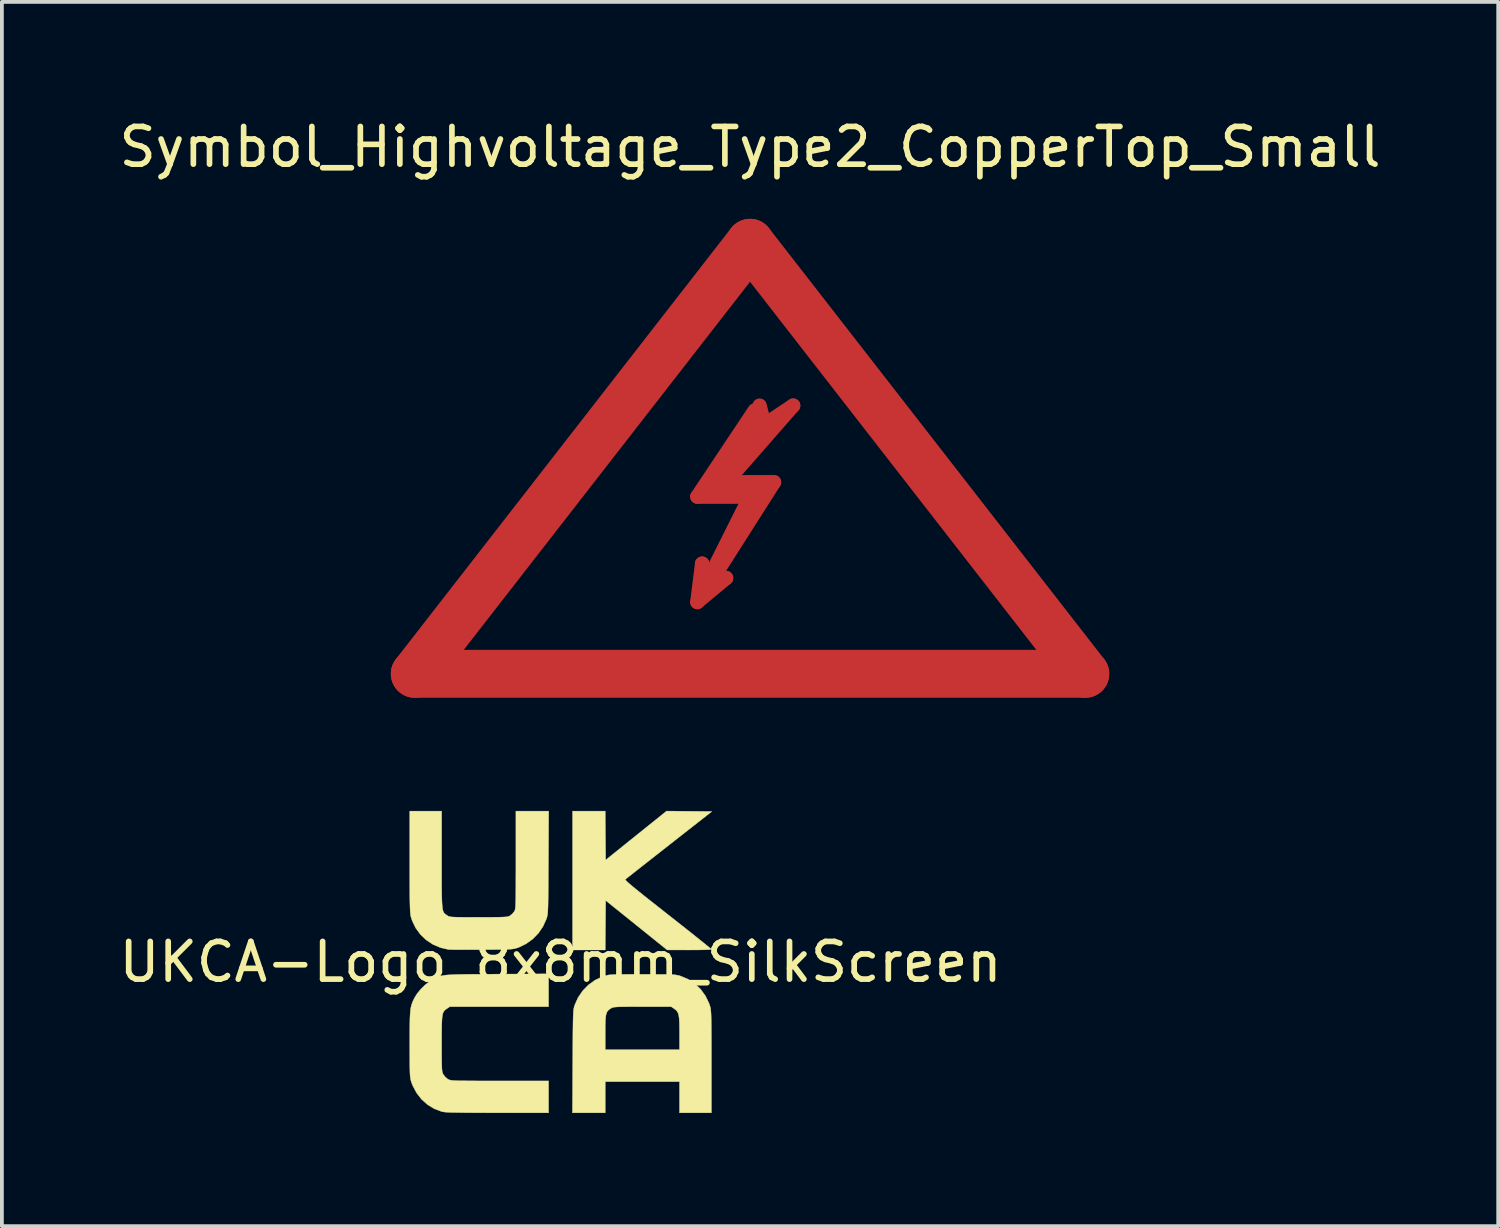
<source format=kicad_pcb>
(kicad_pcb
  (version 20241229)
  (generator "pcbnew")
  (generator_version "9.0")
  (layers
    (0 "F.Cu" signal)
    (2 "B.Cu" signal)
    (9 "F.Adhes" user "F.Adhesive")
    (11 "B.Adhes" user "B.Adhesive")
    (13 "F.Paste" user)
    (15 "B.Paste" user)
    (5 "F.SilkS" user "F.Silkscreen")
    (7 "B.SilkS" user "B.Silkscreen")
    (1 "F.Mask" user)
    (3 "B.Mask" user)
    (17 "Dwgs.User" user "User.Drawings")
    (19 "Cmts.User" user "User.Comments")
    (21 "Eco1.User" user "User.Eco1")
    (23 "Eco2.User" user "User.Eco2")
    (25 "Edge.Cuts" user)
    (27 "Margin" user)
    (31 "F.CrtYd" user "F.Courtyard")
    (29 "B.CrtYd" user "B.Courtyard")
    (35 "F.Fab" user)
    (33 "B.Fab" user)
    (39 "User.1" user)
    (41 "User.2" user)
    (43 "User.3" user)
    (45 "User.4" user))
  (footprint "UKCA-Logo_8x8mm_SilkScreen"
    (layer "F.Cu")
    (at 11.815 22.459)
    (property "Reference" "UKCA-Logo_8x8mm_SilkScreen" (at 0 0 0) (layer "F.SilkS") (effects (font (size 1 1) (thickness 0.15))))
    (attr exclude_from_pos_files exclude_from_bom)
    (fp_poly (pts (xy 3.41 -3.996) (xy 4.01 -3.99) (xy 2.878 -3.103) (xy 2.686 -2.952) (xy 2.504 -2.809) (xy 2.334 -2.676) (xy 2.179 -2.554) (xy 2.041 -2.446) (xy 1.925 -2.354) (xy 1.831 -2.28) (xy 1.764 -2.227) (xy 1.726 -2.197) (xy 1.718 -2.19) (xy 1.718 -2.181) (xy 1.732 -2.162) (xy 1.762 -2.131) (xy 1.809 -2.089) (xy 1.875 -2.032) (xy 1.963 -1.959) (xy 2.075 -1.868) (xy 2.211 -1.759) (xy 2.375 -1.628) (xy 2.569 -1.476) (xy 2.793 -1.299) (xy 2.845 -1.258) (xy 3.038 -1.107) (xy 3.221 -0.962) (xy 3.391 -0.828) (xy 3.546 -0.705) (xy 3.682 -0.596) (xy 3.798 -0.503) (xy 3.89 -0.428) (xy 3.956 -0.374) (xy 3.993 -0.342) (xy 4 -0.334) (xy 3.98 -0.33) (xy 3.923 -0.326) (xy 3.834 -0.323) (xy 3.719 -0.32) (xy 3.583 -0.319) (xy 3.432 -0.318) (xy 3.413 -0.318) (xy 2.826 -0.319) (xy 2.011 -0.975) (xy 1.196 -1.631) (xy 1.185 -0.318) (xy 0.318 -0.318) (xy 0.318 -4) (xy 1.185 -4) (xy 1.19 -3.352) (xy 1.196 -2.704) (xy 2.003 -3.353) (xy 2.81 -4.001) (xy 3.41 -3.996)) (stroke (width 0.01) (type solid)) (fill yes) (layer "F.SilkS"))
    (fp_poly (pts (xy 2.385 0.328) (xy 2.562 0.329) (xy 2.706 0.329) (xy 2.822 0.331) (xy 2.913 0.334) (xy 2.984 0.337) (xy 3.04 0.342) (xy 3.085 0.349) (xy 3.124 0.357) (xy 3.161 0.367) (xy 3.186 0.375) (xy 3.384 0.459) (xy 3.562 0.578) (xy 3.717 0.727) (xy 3.844 0.904) (xy 3.939 1.102) (xy 3.966 1.184) (xy 3.973 1.212) (xy 3.979 1.246) (xy 3.984 1.291) (xy 3.989 1.349) (xy 3.992 1.423) (xy 3.995 1.518) (xy 3.997 1.635) (xy 3.998 1.779) (xy 3.999 1.953) (xy 4 2.159) (xy 4 2.402) (xy 4 2.65) (xy 4 4) (xy 3.154 4) (xy 3.154 3.175) (xy 1.185 3.175) (xy 1.185 4) (xy 0.315 4) (xy 0.322 2.641) (xy 0.324 2.367) (xy 0.324 2.328) (xy 1.185 2.328) (xy 3.154 2.328) (xy 3.154 1.882) (xy 3.153 1.714) (xy 3.15 1.582) (xy 3.143 1.481) (xy 3.131 1.405) (xy 3.113 1.349) (xy 3.088 1.306) (xy 3.054 1.271) (xy 3.009 1.237) (xy 3.008 1.237) (xy 2.932 1.185) (xy 2.17 1.185) (xy 1.969 1.186) (xy 1.807 1.186) (xy 1.678 1.187) (xy 1.577 1.189) (xy 1.502 1.192) (xy 1.446 1.196) (xy 1.406 1.202) (xy 1.377 1.209) (xy 1.355 1.218) (xy 1.339 1.228) (xy 1.292 1.258) (xy 1.256 1.291) (xy 1.229 1.33) (xy 1.21 1.382) (xy 1.197 1.452) (xy 1.19 1.546) (xy 1.186 1.671) (xy 1.185 1.83) (xy 1.185 1.868) (xy 1.185 2.328) (xy 0.324 2.328) (xy 0.325 2.132) (xy 0.326 1.933) (xy 0.328 1.767) (xy 0.33 1.629) (xy 0.332 1.516) (xy 0.335 1.426) (xy 0.338 1.355) (xy 0.342 1.299) (xy 0.347 1.254) (xy 0.354 1.219) (xy 0.361 1.189) (xy 0.369 1.161) (xy 0.376 1.141) (xy 0.464 0.944) (xy 0.586 0.765) (xy 0.737 0.61) (xy 0.912 0.484) (xy 1.105 0.391) (xy 1.153 0.375) (xy 1.191 0.363) (xy 1.228 0.354) (xy 1.269 0.346) (xy 1.317 0.34) (xy 1.378 0.336) (xy 1.455 0.333) (xy 1.554 0.33) (xy 1.679 0.329) (xy 1.834 0.328) (xy 2.024 0.328) (xy 2.17 0.328) (xy 2.385 0.328)) (stroke (width 0.01) (type solid)) (fill yes) (layer "F.SilkS"))
    (fp_poly (pts (xy -0.318 1.185) (xy -2.936 1.185) (xy -3.008 1.233) (xy -3.045 1.259) (xy -3.074 1.284) (xy -3.098 1.314) (xy -3.117 1.353) (xy -3.131 1.405) (xy -3.141 1.474) (xy -3.147 1.565) (xy -3.151 1.683) (xy -3.153 1.831) (xy -3.154 2.013) (xy -3.154 2.167) (xy -3.154 2.363) (xy -3.153 2.522) (xy -3.152 2.648) (xy -3.15 2.745) (xy -3.147 2.819) (xy -3.143 2.873) (xy -3.137 2.912) (xy -3.129 2.941) (xy -3.119 2.965) (xy -3.109 2.984) (xy -3.06 3.048) (xy -2.996 3.102) (xy -2.984 3.109) (xy -2.967 3.118) (xy -2.949 3.126) (xy -2.926 3.133) (xy -2.895 3.138) (xy -2.853 3.143) (xy -2.797 3.146) (xy -2.722 3.149) (xy -2.627 3.151) (xy -2.507 3.152) (xy -2.359 3.153) (xy -2.18 3.154) (xy -1.967 3.154) (xy -1.716 3.154) (xy -1.611 3.154) (xy -0.318 3.154) (xy -0.318 4) (xy -1.677 3.999) (xy -1.961 3.999) (xy -2.206 3.998) (xy -2.415 3.997) (xy -2.59 3.995) (xy -2.735 3.993) (xy -2.854 3.991) (xy -2.949 3.988) (xy -3.023 3.984) (xy -3.079 3.979) (xy -3.121 3.973) (xy -3.151 3.967) (xy -3.151 3.967) (xy -3.35 3.892) (xy -3.53 3.782) (xy -3.689 3.639) (xy -3.821 3.468) (xy -3.923 3.274) (xy -3.952 3.197) (xy -3.964 3.162) (xy -3.973 3.127) (xy -3.981 3.089) (xy -3.987 3.043) (xy -3.992 2.985) (xy -3.995 2.91) (xy -3.997 2.813) (xy -3.999 2.691) (xy -3.999 2.539) (xy -4 2.352) (xy -4 2.19) (xy -4 1.959) (xy -3.999 1.766) (xy -3.997 1.606) (xy -3.994 1.474) (xy -3.988 1.367) (xy -3.98 1.279) (xy -3.969 1.206) (xy -3.954 1.144) (xy -3.935 1.087) (xy -3.912 1.031) (xy -3.883 0.972) (xy -3.871 0.947) (xy -3.802 0.837) (xy -3.706 0.721) (xy -3.594 0.611) (xy -3.479 0.519) (xy -3.379 0.459) (xy -3.328 0.434) (xy -3.283 0.412) (xy -3.24 0.394) (xy -3.197 0.378) (xy -3.149 0.366) (xy -3.094 0.355) (xy -3.028 0.347) (xy -2.946 0.341) (xy -2.847 0.336) (xy -2.726 0.332) (xy -2.58 0.329) (xy -2.405 0.327) (xy -2.198 0.326) (xy -1.956 0.324) (xy -1.688 0.323) (xy -0.318 0.315) (xy -0.318 1.185)) (stroke (width 0.01) (type solid)) (fill yes) (layer "F.SilkS"))
    (fp_poly (pts (xy -3.154 -2.715) (xy -3.154 -2.439) (xy -3.154 -2.202) (xy -3.153 -2.002) (xy -3.152 -1.834) (xy -3.149 -1.695) (xy -3.145 -1.583) (xy -3.139 -1.494) (xy -3.131 -1.425) (xy -3.121 -1.372) (xy -3.108 -1.332) (xy -3.092 -1.303) (xy -3.073 -1.281) (xy -3.05 -1.262) (xy -3.023 -1.244) (xy -3.008 -1.233) (xy -2.988 -1.221) (xy -2.968 -1.211) (xy -2.942 -1.203) (xy -2.907 -1.197) (xy -2.858 -1.192) (xy -2.79 -1.189) (xy -2.699 -1.187) (xy -2.581 -1.186) (xy -2.43 -1.186) (xy -2.244 -1.185) (xy -2.172 -1.185) (xy -1.971 -1.186) (xy -1.808 -1.186) (xy -1.679 -1.187) (xy -1.578 -1.189) (xy -1.502 -1.192) (xy -1.447 -1.196) (xy -1.406 -1.202) (xy -1.377 -1.209) (xy -1.355 -1.218) (xy -1.339 -1.228) (xy -1.279 -1.276) (xy -1.229 -1.336) (xy -1.228 -1.339) (xy -1.219 -1.354) (xy -1.212 -1.372) (xy -1.205 -1.395) (xy -1.2 -1.428) (xy -1.196 -1.473) (xy -1.193 -1.533) (xy -1.19 -1.613) (xy -1.188 -1.714) (xy -1.187 -1.842) (xy -1.186 -1.997) (xy -1.186 -2.185) (xy -1.185 -2.409) (xy -1.185 -2.671) (xy -1.185 -2.704) (xy -1.185 -4) (xy -0.315 -4) (xy -0.322 -2.641) (xy -0.324 -2.367) (xy -0.325 -2.132) (xy -0.326 -1.933) (xy -0.328 -1.767) (xy -0.33 -1.629) (xy -0.332 -1.516) (xy -0.335 -1.426) (xy -0.338 -1.355) (xy -0.342 -1.299) (xy -0.347 -1.254) (xy -0.354 -1.219) (xy -0.361 -1.189) (xy -0.369 -1.161) (xy -0.376 -1.141) (xy -0.464 -0.945) (xy -0.586 -0.765) (xy -0.738 -0.609) (xy -0.914 -0.482) (xy -1.107 -0.388) (xy -1.141 -0.376) (xy -1.179 -0.365) (xy -1.216 -0.355) (xy -1.257 -0.347) (xy -1.307 -0.341) (xy -1.371 -0.337) (xy -1.453 -0.333) (xy -1.558 -0.331) (xy -1.69 -0.329) (xy -1.855 -0.328) (xy -2.057 -0.326) (xy -2.095 -0.326) (xy -2.28 -0.326) (xy -2.453 -0.325) (xy -2.609 -0.326) (xy -2.744 -0.326) (xy -2.853 -0.327) (xy -2.931 -0.329) (xy -2.971 -0.331) (xy -2.974 -0.331) (xy -3.186 -0.38) (xy -3.384 -0.465) (xy -3.562 -0.583) (xy -3.716 -0.729) (xy -3.841 -0.899) (xy -3.934 -1.091) (xy -3.969 -1.2) (xy -3.976 -1.231) (xy -3.981 -1.272) (xy -3.986 -1.327) (xy -3.99 -1.397) (xy -3.993 -1.487) (xy -3.996 -1.6) (xy -3.998 -1.739) (xy -3.999 -1.907) (xy -4 -2.107) (xy -4 -2.343) (xy -4 -2.617) (xy -4 -2.661) (xy -4 -4) (xy -3.154 -4) (xy -3.154 -2.715)) (stroke (width 0.01) (type solid)) (fill yes) (layer "F.SilkS")))
  (footprint "Symbol_Highvoltage_Type2_CopperTop_Small"
    (layer "F.Cu")
    (at 16.839 11.008)
    (property "Reference" "Symbol_Highvoltage_Type2_CopperTop_Small" (at 0 -10.16 0) (layer "F.SilkS") (effects (font (size 1 1) (thickness 0.15))))
    (attr exclude_from_pos_files exclude_from_bom)
    (fp_line (start -8.89 3.81) (end 0 -7.62) (stroke (width 1.27) (type solid)) (layer "F.Cu"))
    (fp_line (start -1.397 -0.889) (end 0 -0.889) (stroke (width 0.381) (type solid)) (layer "F.Cu"))
    (fp_line (start -1.397 1.905) (end -0.635 1.27) (stroke (width 0.381) (type solid)) (layer "F.Cu"))
    (fp_line (start -1.27 0.889) (end -1.397 1.905) (stroke (width 0.381) (type solid)) (layer "F.Cu"))
    (fp_line (start -1.143 1.397) (end -1.27 0.889) (stroke (width 0.381) (type solid)) (layer "F.Cu"))
    (fp_line (start -1.143 1.524) (end 0.635 -1.27) (stroke (width 0.381) (type solid)) (layer "F.Cu"))
    (fp_line (start -1.016 -1.016) (end 0.254 -1.016) (stroke (width 0.381) (type solid)) (layer "F.Cu"))
    (fp_line (start -0.635 -1.27) (end 1.143 -3.302) (stroke (width 0.381) (type solid)) (layer "F.Cu"))
    (fp_line (start -0.635 1.27) (end -1.143 1.524) (stroke (width 0.381) (type solid)) (layer "F.Cu"))
    (fp_line (start 0 -7.62) (end 8.89 3.81) (stroke (width 1.27) (type solid)) (layer "F.Cu"))
    (fp_line (start 0 -0.889) (end -1.143 1.397) (stroke (width 0.381) (type solid)) (layer "F.Cu"))
    (fp_line (start 0.127 -3.175) (end -1.397 -0.889) (stroke (width 0.381) (type solid)) (layer "F.Cu"))
    (fp_line (start 0.381 -2.921) (end -1.016 -1.016) (stroke (width 0.381) (type solid)) (layer "F.Cu"))
    (fp_line (start 0.381 -2.794) (end 0.254 -3.302) (stroke (width 0.381) (type solid)) (layer "F.Cu"))
    (fp_line (start 0.635 -1.27) (end -0.635 -1.27) (stroke (width 0.381) (type solid)) (layer "F.Cu"))
    (fp_line (start 1.143 -3.302) (end 0.381 -2.794) (stroke (width 0.381) (type solid)) (layer "F.Cu"))
    (fp_line (start 8.89 3.81) (end -8.89 3.81) (stroke (width 1.27) (type solid)) (layer "F.Cu")))
  (gr_rect
    (start -3 -3)
    (end 36.679 29.465)
    (stroke (width 0.1) (type default))
    (fill no)
    (layer "Edge.Cuts")))
</source>
